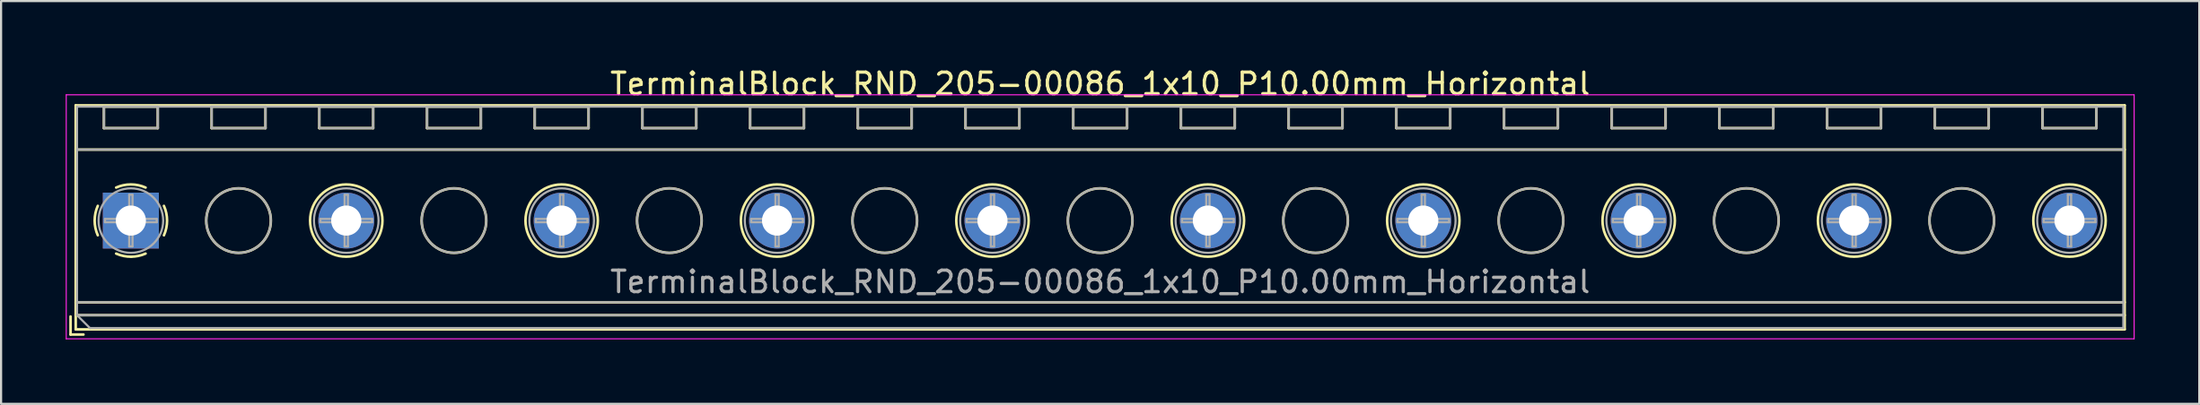
<source format=kicad_pcb>
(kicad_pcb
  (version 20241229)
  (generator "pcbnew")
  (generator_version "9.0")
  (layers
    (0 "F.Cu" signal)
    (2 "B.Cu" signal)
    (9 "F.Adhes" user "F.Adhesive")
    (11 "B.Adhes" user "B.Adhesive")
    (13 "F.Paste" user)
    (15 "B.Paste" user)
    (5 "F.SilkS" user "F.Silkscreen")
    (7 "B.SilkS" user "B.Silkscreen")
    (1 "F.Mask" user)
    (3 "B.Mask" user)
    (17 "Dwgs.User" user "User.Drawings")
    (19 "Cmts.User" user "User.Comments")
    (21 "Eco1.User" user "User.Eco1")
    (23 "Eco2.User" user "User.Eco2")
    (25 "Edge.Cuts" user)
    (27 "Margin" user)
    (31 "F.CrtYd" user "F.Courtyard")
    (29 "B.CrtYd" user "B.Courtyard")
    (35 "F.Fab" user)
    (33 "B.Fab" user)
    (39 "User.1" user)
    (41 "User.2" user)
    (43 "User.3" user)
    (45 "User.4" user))
  (footprint "TerminalBlock_RND_205-00086_1x10_P10.00mm_Horizontal"
    (layer "F.Cu")
    (at 3.025 7.208)
    (property "Reference" "TerminalBlock_RND_205-00086_1x10_P10.00mm_Horizontal" (at 45 -6.36 0) (layer "F.SilkS") (effects (font (size 1 1) (thickness 0.15))))
    (attr through_hole)
    (fp_line (start -2.8 4.46) (end -2.8 5.3) (stroke (width 0.12) (type solid)) (layer "F.SilkS"))
    (fp_line (start -2.8 5.3) (end -2.2 5.3) (stroke (width 0.12) (type solid)) (layer "F.SilkS"))
    (fp_line (start -2.56 -5.36) (end -2.56 5.06) (stroke (width 0.12) (type solid)) (layer "F.SilkS"))
    (fp_line (start -2.56 -5.36) (end 92.56 -5.36) (stroke (width 0.12) (type solid)) (layer "F.SilkS"))
    (fp_line (start -2.56 -3.301) (end 92.56 -3.301) (stroke (width 0.12) (type solid)) (layer "F.SilkS"))
    (fp_line (start -2.56 3.8) (end 92.56 3.8) (stroke (width 0.12) (type solid)) (layer "F.SilkS"))
    (fp_line (start -2.56 4.4) (end 92.56 4.4) (stroke (width 0.12) (type solid)) (layer "F.SilkS"))
    (fp_line (start -2.56 5.06) (end 92.56 5.06) (stroke (width 0.12) (type solid)) (layer "F.SilkS"))
    (fp_line (start -1.25 -5.301) (end -1.25 -4.301) (stroke (width 0.12) (type solid)) (layer "F.SilkS"))
    (fp_line (start -1.25 -5.301) (end 1.25 -5.301) (stroke (width 0.12) (type solid)) (layer "F.SilkS"))
    (fp_line (start -1.25 -4.301) (end 1.25 -4.301) (stroke (width 0.12) (type solid)) (layer "F.SilkS"))
    (fp_line (start 1.25 -5.301) (end 1.25 -4.301) (stroke (width 0.12) (type solid)) (layer "F.SilkS"))
    (fp_line (start 3.75 -5.301) (end 3.75 -4.301) (stroke (width 0.12) (type solid)) (layer "F.SilkS"))
    (fp_line (start 3.75 -5.301) (end 6.25 -5.301) (stroke (width 0.12) (type solid)) (layer "F.SilkS"))
    (fp_line (start 3.75 -4.301) (end 6.25 -4.301) (stroke (width 0.12) (type solid)) (layer "F.SilkS"))
    (fp_line (start 6.25 -5.301) (end 6.25 -4.301) (stroke (width 0.12) (type solid)) (layer "F.SilkS"))
    (fp_line (start 8.75 -5.301) (end 8.75 -4.301) (stroke (width 0.12) (type solid)) (layer "F.SilkS"))
    (fp_line (start 8.75 -5.301) (end 11.25 -5.301) (stroke (width 0.12) (type solid)) (layer "F.SilkS"))
    (fp_line (start 8.75 -4.301) (end 11.25 -4.301) (stroke (width 0.12) (type solid)) (layer "F.SilkS"))
    (fp_line (start 11.25 -5.301) (end 11.25 -4.301) (stroke (width 0.12) (type solid)) (layer "F.SilkS"))
    (fp_line (start 13.75 -5.301) (end 13.75 -4.301) (stroke (width 0.12) (type solid)) (layer "F.SilkS"))
    (fp_line (start 13.75 -5.301) (end 16.25 -5.301) (stroke (width 0.12) (type solid)) (layer "F.SilkS"))
    (fp_line (start 13.75 -4.301) (end 16.25 -4.301) (stroke (width 0.12) (type solid)) (layer "F.SilkS"))
    (fp_line (start 16.25 -5.301) (end 16.25 -4.301) (stroke (width 0.12) (type solid)) (layer "F.SilkS"))
    (fp_line (start 18.75 -5.301) (end 18.75 -4.301) (stroke (width 0.12) (type solid)) (layer "F.SilkS"))
    (fp_line (start 18.75 -5.301) (end 21.25 -5.301) (stroke (width 0.12) (type solid)) (layer "F.SilkS"))
    (fp_line (start 18.75 -4.301) (end 21.25 -4.301) (stroke (width 0.12) (type solid)) (layer "F.SilkS"))
    (fp_line (start 21.25 -5.301) (end 21.25 -4.301) (stroke (width 0.12) (type solid)) (layer "F.SilkS"))
    (fp_line (start 23.75 -5.301) (end 23.75 -4.301) (stroke (width 0.12) (type solid)) (layer "F.SilkS"))
    (fp_line (start 23.75 -5.301) (end 26.25 -5.301) (stroke (width 0.12) (type solid)) (layer "F.SilkS"))
    (fp_line (start 23.75 -4.301) (end 26.25 -4.301) (stroke (width 0.12) (type solid)) (layer "F.SilkS"))
    (fp_line (start 26.25 -5.301) (end 26.25 -4.301) (stroke (width 0.12) (type solid)) (layer "F.SilkS"))
    (fp_line (start 28.75 -5.301) (end 28.75 -4.301) (stroke (width 0.12) (type solid)) (layer "F.SilkS"))
    (fp_line (start 28.75 -5.301) (end 31.25 -5.301) (stroke (width 0.12) (type solid)) (layer "F.SilkS"))
    (fp_line (start 28.75 -4.301) (end 31.25 -4.301) (stroke (width 0.12) (type solid)) (layer "F.SilkS"))
    (fp_line (start 31.25 -5.301) (end 31.25 -4.301) (stroke (width 0.12) (type solid)) (layer "F.SilkS"))
    (fp_line (start 33.75 -5.301) (end 33.75 -4.301) (stroke (width 0.12) (type solid)) (layer "F.SilkS"))
    (fp_line (start 33.75 -5.301) (end 36.25 -5.301) (stroke (width 0.12) (type solid)) (layer "F.SilkS"))
    (fp_line (start 33.75 -4.301) (end 36.25 -4.301) (stroke (width 0.12) (type solid)) (layer "F.SilkS"))
    (fp_line (start 36.25 -5.301) (end 36.25 -4.301) (stroke (width 0.12) (type solid)) (layer "F.SilkS"))
    (fp_line (start 38.75 -5.301) (end 38.75 -4.301) (stroke (width 0.12) (type solid)) (layer "F.SilkS"))
    (fp_line (start 38.75 -5.301) (end 41.25 -5.301) (stroke (width 0.12) (type solid)) (layer "F.SilkS"))
    (fp_line (start 38.75 -4.301) (end 41.25 -4.301) (stroke (width 0.12) (type solid)) (layer "F.SilkS"))
    (fp_line (start 41.25 -5.301) (end 41.25 -4.301) (stroke (width 0.12) (type solid)) (layer "F.SilkS"))
    (fp_line (start 43.75 -5.301) (end 43.75 -4.301) (stroke (width 0.12) (type solid)) (layer "F.SilkS"))
    (fp_line (start 43.75 -5.301) (end 46.25 -5.301) (stroke (width 0.12) (type solid)) (layer "F.SilkS"))
    (fp_line (start 43.75 -4.301) (end 46.25 -4.301) (stroke (width 0.12) (type solid)) (layer "F.SilkS"))
    (fp_line (start 46.25 -5.301) (end 46.25 -4.301) (stroke (width 0.12) (type solid)) (layer "F.SilkS"))
    (fp_line (start 48.75 -5.301) (end 48.75 -4.301) (stroke (width 0.12) (type solid)) (layer "F.SilkS"))
    (fp_line (start 48.75 -5.301) (end 51.25 -5.301) (stroke (width 0.12) (type solid)) (layer "F.SilkS"))
    (fp_line (start 48.75 -4.301) (end 51.25 -4.301) (stroke (width 0.12) (type solid)) (layer "F.SilkS"))
    (fp_line (start 51.25 -5.301) (end 51.25 -4.301) (stroke (width 0.12) (type solid)) (layer "F.SilkS"))
    (fp_line (start 53.75 -5.301) (end 53.75 -4.301) (stroke (width 0.12) (type solid)) (layer "F.SilkS"))
    (fp_line (start 53.75 -5.301) (end 56.25 -5.301) (stroke (width 0.12) (type solid)) (layer "F.SilkS"))
    (fp_line (start 53.75 -4.301) (end 56.25 -4.301) (stroke (width 0.12) (type solid)) (layer "F.SilkS"))
    (fp_line (start 56.25 -5.301) (end 56.25 -4.301) (stroke (width 0.12) (type solid)) (layer "F.SilkS"))
    (fp_line (start 58.75 -5.301) (end 58.75 -4.301) (stroke (width 0.12) (type solid)) (layer "F.SilkS"))
    (fp_line (start 58.75 -5.301) (end 61.25 -5.301) (stroke (width 0.12) (type solid)) (layer "F.SilkS"))
    (fp_line (start 58.75 -4.301) (end 61.25 -4.301) (stroke (width 0.12) (type solid)) (layer "F.SilkS"))
    (fp_line (start 61.25 -5.301) (end 61.25 -4.301) (stroke (width 0.12) (type solid)) (layer "F.SilkS"))
    (fp_line (start 63.75 -5.301) (end 63.75 -4.301) (stroke (width 0.12) (type solid)) (layer "F.SilkS"))
    (fp_line (start 63.75 -5.301) (end 66.25 -5.301) (stroke (width 0.12) (type solid)) (layer "F.SilkS"))
    (fp_line (start 63.75 -4.301) (end 66.25 -4.301) (stroke (width 0.12) (type solid)) (layer "F.SilkS"))
    (fp_line (start 66.25 -5.301) (end 66.25 -4.301) (stroke (width 0.12) (type solid)) (layer "F.SilkS"))
    (fp_line (start 68.75 -5.301) (end 68.75 -4.301) (stroke (width 0.12) (type solid)) (layer "F.SilkS"))
    (fp_line (start 68.75 -5.301) (end 71.25 -5.301) (stroke (width 0.12) (type solid)) (layer "F.SilkS"))
    (fp_line (start 68.75 -4.301) (end 71.25 -4.301) (stroke (width 0.12) (type solid)) (layer "F.SilkS"))
    (fp_line (start 71.25 -5.301) (end 71.25 -4.301) (stroke (width 0.12) (type solid)) (layer "F.SilkS"))
    (fp_line (start 73.75 -5.301) (end 73.75 -4.301) (stroke (width 0.12) (type solid)) (layer "F.SilkS"))
    (fp_line (start 73.75 -5.301) (end 76.25 -5.301) (stroke (width 0.12) (type solid)) (layer "F.SilkS"))
    (fp_line (start 73.75 -4.301) (end 76.25 -4.301) (stroke (width 0.12) (type solid)) (layer "F.SilkS"))
    (fp_line (start 76.25 -5.301) (end 76.25 -4.301) (stroke (width 0.12) (type solid)) (layer "F.SilkS"))
    (fp_line (start 78.75 -5.301) (end 78.75 -4.301) (stroke (width 0.12) (type solid)) (layer "F.SilkS"))
    (fp_line (start 78.75 -5.301) (end 81.25 -5.301) (stroke (width 0.12) (type solid)) (layer "F.SilkS"))
    (fp_line (start 78.75 -4.301) (end 81.25 -4.301) (stroke (width 0.12) (type solid)) (layer "F.SilkS"))
    (fp_line (start 81.25 -5.301) (end 81.25 -4.301) (stroke (width 0.12) (type solid)) (layer "F.SilkS"))
    (fp_line (start 83.75 -5.301) (end 83.75 -4.301) (stroke (width 0.12) (type solid)) (layer "F.SilkS"))
    (fp_line (start 83.75 -5.301) (end 86.25 -5.301) (stroke (width 0.12) (type solid)) (layer "F.SilkS"))
    (fp_line (start 83.75 -4.301) (end 86.25 -4.301) (stroke (width 0.12) (type solid)) (layer "F.SilkS"))
    (fp_line (start 86.25 -5.301) (end 86.25 -4.301) (stroke (width 0.12) (type solid)) (layer "F.SilkS"))
    (fp_line (start 88.75 -5.301) (end 88.75 -4.301) (stroke (width 0.12) (type solid)) (layer "F.SilkS"))
    (fp_line (start 88.75 -5.301) (end 91.25 -5.301) (stroke (width 0.12) (type solid)) (layer "F.SilkS"))
    (fp_line (start 88.75 -4.301) (end 91.25 -4.301) (stroke (width 0.12) (type solid)) (layer "F.SilkS"))
    (fp_line (start 91.25 -5.301) (end 91.25 -4.301) (stroke (width 0.12) (type solid)) (layer "F.SilkS"))
    (fp_line (start 92.56 -5.36) (end 92.56 5.06) (stroke (width 0.12) (type solid)) (layer "F.SilkS"))
    (fp_arc (start -1.535427 0.683042) (mid -1.680501 -0.000524) (end -1.535 -0.684) (stroke (width 0.12) (type solid)) (layer "F.SilkS"))
    (fp_arc (start -0.683042 -1.535427) (mid 0.000524 -1.680501) (end 0.684 -1.535) (stroke (width 0.12) (type solid)) (layer "F.SilkS"))
    (fp_arc (start 0.028805 1.680253) (mid -0.335551 1.646659) (end -0.684 1.535) (stroke (width 0.12) (type solid)) (layer "F.SilkS"))
    (fp_arc (start 0.683318 1.534756) (mid 0.349292 1.643288) (end 0 1.68) (stroke (width 0.12) (type solid)) (layer "F.SilkS"))
    (fp_arc (start 1.535427 -0.683042) (mid 1.680501 0.000524) (end 1.535 0.684) (stroke (width 0.12) (type solid)) (layer "F.SilkS"))
    (fp_circle (center 5 0) (end 6.5 0) (stroke (width 0.12) (type solid)) (fill no) (layer "F.SilkS"))
    (fp_circle (center 10 0) (end 11.68 0) (stroke (width 0.12) (type solid)) (fill no) (layer "F.SilkS"))
    (fp_circle (center 15 0) (end 16.5 0) (stroke (width 0.12) (type solid)) (fill no) (layer "F.SilkS"))
    (fp_circle (center 20 0) (end 21.68 0) (stroke (width 0.12) (type solid)) (fill no) (layer "F.SilkS"))
    (fp_circle (center 25 0) (end 26.5 0) (stroke (width 0.12) (type solid)) (fill no) (layer "F.SilkS"))
    (fp_circle (center 30 0) (end 31.68 0) (stroke (width 0.12) (type solid)) (fill no) (layer "F.SilkS"))
    (fp_circle (center 35 0) (end 36.5 0) (stroke (width 0.12) (type solid)) (fill no) (layer "F.SilkS"))
    (fp_circle (center 40 0) (end 41.68 0) (stroke (width 0.12) (type solid)) (fill no) (layer "F.SilkS"))
    (fp_circle (center 45 0) (end 46.5 0) (stroke (width 0.12) (type solid)) (fill no) (layer "F.SilkS"))
    (fp_circle (center 50 0) (end 51.68 0) (stroke (width 0.12) (type solid)) (fill no) (layer "F.SilkS"))
    (fp_circle (center 55 0) (end 56.5 0) (stroke (width 0.12) (type solid)) (fill no) (layer "F.SilkS"))
    (fp_circle (center 60 0) (end 61.68 0) (stroke (width 0.12) (type solid)) (fill no) (layer "F.SilkS"))
    (fp_circle (center 65 0) (end 66.5 0) (stroke (width 0.12) (type solid)) (fill no) (layer "F.SilkS"))
    (fp_circle (center 70 0) (end 71.68 0) (stroke (width 0.12) (type solid)) (fill no) (layer "F.SilkS"))
    (fp_circle (center 75 0) (end 76.5 0) (stroke (width 0.12) (type solid)) (fill no) (layer "F.SilkS"))
    (fp_circle (center 80 0) (end 81.68 0) (stroke (width 0.12) (type solid)) (fill no) (layer "F.SilkS"))
    (fp_circle (center 85 0) (end 86.5 0) (stroke (width 0.12) (type solid)) (fill no) (layer "F.SilkS"))
    (fp_circle (center 90 0) (end 91.68 0) (stroke (width 0.12) (type solid)) (fill no) (layer "F.SilkS"))
    (fp_line (start -3 -5.85) (end -3 5.5) (stroke (width 0.05) (type solid)) (layer "F.CrtYd"))
    (fp_line (start -3 5.5) (end 93 5.5) (stroke (width 0.05) (type solid)) (layer "F.CrtYd"))
    (fp_line (start 93 -5.85) (end -3 -5.85) (stroke (width 0.05) (type solid)) (layer "F.CrtYd"))
    (fp_line (start 93 5.5) (end 93 -5.85) (stroke (width 0.05) (type solid)) (layer "F.CrtYd"))
    (fp_line (start -2.5 -5.3) (end 92.5 -5.3) (stroke (width 0.1) (type solid)) (layer "F.Fab"))
    (fp_line (start -2.5 -3.3) (end 92.5 -3.3) (stroke (width 0.1) (type solid)) (layer "F.Fab"))
    (fp_line (start -2.5 3.8) (end 92.5 3.8) (stroke (width 0.1) (type solid)) (layer "F.Fab"))
    (fp_line (start -2.5 4.4) (end -2.5 -5.3) (stroke (width 0.1) (type solid)) (layer "F.Fab"))
    (fp_line (start -2.5 4.4) (end 92.5 4.4) (stroke (width 0.1) (type solid)) (layer "F.Fab"))
    (fp_line (start -1.9 5) (end -2.5 4.4) (stroke (width 0.1) (type solid)) (layer "F.Fab"))
    (fp_line (start -1.25 -5.3) (end -1.25 -4.3) (stroke (width 0.1) (type solid)) (layer "F.Fab"))
    (fp_line (start -1.25 -4.3) (end 1.25 -4.3) (stroke (width 0.1) (type solid)) (layer "F.Fab"))
    (fp_line (start -1.201 -0.076) (end -0.076 -0.076) (stroke (width 0.1) (type solid)) (layer "F.Fab"))
    (fp_line (start -1.201 0.076) (end -1.201 -0.076) (stroke (width 0.1) (type solid)) (layer "F.Fab"))
    (fp_line (start -0.076 -1.201) (end 0.076 -1.201) (stroke (width 0.1) (type solid)) (layer "F.Fab"))
    (fp_line (start -0.076 -0.076) (end -0.076 -1.201) (stroke (width 0.1) (type solid)) (layer "F.Fab"))
    (fp_line (start -0.076 0.076) (end -1.201 0.076) (stroke (width 0.1) (type solid)) (layer "F.Fab"))
    (fp_line (start -0.076 1.201) (end -0.076 0.076) (stroke (width 0.1) (type solid)) (layer "F.Fab"))
    (fp_line (start 0.076 -1.201) (end 0.076 -0.076) (stroke (width 0.1) (type solid)) (layer "F.Fab"))
    (fp_line (start 0.076 -0.076) (end 1.201 -0.076) (stroke (width 0.1) (type solid)) (layer "F.Fab"))
    (fp_line (start 0.076 0.076) (end 0.076 1.201) (stroke (width 0.1) (type solid)) (layer "F.Fab"))
    (fp_line (start 0.076 1.201) (end -0.076 1.201) (stroke (width 0.1) (type solid)) (layer "F.Fab"))
    (fp_line (start 1.201 -0.076) (end 1.201 0.076) (stroke (width 0.1) (type solid)) (layer "F.Fab"))
    (fp_line (start 1.201 0.076) (end 0.076 0.076) (stroke (width 0.1) (type solid)) (layer "F.Fab"))
    (fp_line (start 1.25 -5.3) (end -1.25 -5.3) (stroke (width 0.1) (type solid)) (layer "F.Fab"))
    (fp_line (start 1.25 -4.3) (end 1.25 -5.3) (stroke (width 0.1) (type solid)) (layer "F.Fab"))
    (fp_line (start 3.75 -5.3) (end 3.75 -4.3) (stroke (width 0.1) (type solid)) (layer "F.Fab"))
    (fp_line (start 3.75 -4.3) (end 6.25 -4.3) (stroke (width 0.1) (type solid)) (layer "F.Fab"))
    (fp_line (start 6.25 -5.3) (end 3.75 -5.3) (stroke (width 0.1) (type solid)) (layer "F.Fab"))
    (fp_line (start 6.25 -4.3) (end 6.25 -5.3) (stroke (width 0.1) (type solid)) (layer "F.Fab"))
    (fp_line (start 8.75 -5.3) (end 8.75 -4.3) (stroke (width 0.1) (type solid)) (layer "F.Fab"))
    (fp_line (start 8.75 -4.3) (end 11.25 -4.3) (stroke (width 0.1) (type solid)) (layer "F.Fab"))
    (fp_line (start 8.799 -0.076) (end 9.924 -0.076) (stroke (width 0.1) (type solid)) (layer "F.Fab"))
    (fp_line (start 8.799 0.076) (end 8.799 -0.076) (stroke (width 0.1) (type solid)) (layer "F.Fab"))
    (fp_line (start 9.924 -1.201) (end 10.076 -1.201) (stroke (width 0.1) (type solid)) (layer "F.Fab"))
    (fp_line (start 9.924 -0.076) (end 9.924 -1.201) (stroke (width 0.1) (type solid)) (layer "F.Fab"))
    (fp_line (start 9.924 0.076) (end 8.799 0.076) (stroke (width 0.1) (type solid)) (layer "F.Fab"))
    (fp_line (start 9.924 1.201) (end 9.924 0.076) (stroke (width 0.1) (type solid)) (layer "F.Fab"))
    (fp_line (start 10.076 -1.201) (end 10.076 -0.076) (stroke (width 0.1) (type solid)) (layer "F.Fab"))
    (fp_line (start 10.076 -0.076) (end 11.201 -0.076) (stroke (width 0.1) (type solid)) (layer "F.Fab"))
    (fp_line (start 10.076 0.076) (end 10.076 1.201) (stroke (width 0.1) (type solid)) (layer "F.Fab"))
    (fp_line (start 10.076 1.201) (end 9.924 1.201) (stroke (width 0.1) (type solid)) (layer "F.Fab"))
    (fp_line (start 11.201 -0.076) (end 11.201 0.076) (stroke (width 0.1) (type solid)) (layer "F.Fab"))
    (fp_line (start 11.201 0.076) (end 10.076 0.076) (stroke (width 0.1) (type solid)) (layer "F.Fab"))
    (fp_line (start 11.25 -5.3) (end 8.75 -5.3) (stroke (width 0.1) (type solid)) (layer "F.Fab"))
    (fp_line (start 11.25 -4.3) (end 11.25 -5.3) (stroke (width 0.1) (type solid)) (layer "F.Fab"))
    (fp_line (start 13.75 -5.3) (end 13.75 -4.3) (stroke (width 0.1) (type solid)) (layer "F.Fab"))
    (fp_line (start 13.75 -4.3) (end 16.25 -4.3) (stroke (width 0.1) (type solid)) (layer "F.Fab"))
    (fp_line (start 16.25 -5.3) (end 13.75 -5.3) (stroke (width 0.1) (type solid)) (layer "F.Fab"))
    (fp_line (start 16.25 -4.3) (end 16.25 -5.3) (stroke (width 0.1) (type solid)) (layer "F.Fab"))
    (fp_line (start 18.75 -5.3) (end 18.75 -4.3) (stroke (width 0.1) (type solid)) (layer "F.Fab"))
    (fp_line (start 18.75 -4.3) (end 21.25 -4.3) (stroke (width 0.1) (type solid)) (layer "F.Fab"))
    (fp_line (start 18.799 -0.076) (end 19.924 -0.076) (stroke (width 0.1) (type solid)) (layer "F.Fab"))
    (fp_line (start 18.799 0.076) (end 18.799 -0.076) (stroke (width 0.1) (type solid)) (layer "F.Fab"))
    (fp_line (start 19.924 -1.201) (end 20.076 -1.201) (stroke (width 0.1) (type solid)) (layer "F.Fab"))
    (fp_line (start 19.924 -0.076) (end 19.924 -1.201) (stroke (width 0.1) (type solid)) (layer "F.Fab"))
    (fp_line (start 19.924 0.076) (end 18.799 0.076) (stroke (width 0.1) (type solid)) (layer "F.Fab"))
    (fp_line (start 19.924 1.201) (end 19.924 0.076) (stroke (width 0.1) (type solid)) (layer "F.Fab"))
    (fp_line (start 20.076 -1.201) (end 20.076 -0.076) (stroke (width 0.1) (type solid)) (layer "F.Fab"))
    (fp_line (start 20.076 -0.076) (end 21.201 -0.076) (stroke (width 0.1) (type solid)) (layer "F.Fab"))
    (fp_line (start 20.076 0.076) (end 20.076 1.201) (stroke (width 0.1) (type solid)) (layer "F.Fab"))
    (fp_line (start 20.076 1.201) (end 19.924 1.201) (stroke (width 0.1) (type solid)) (layer "F.Fab"))
    (fp_line (start 21.201 -0.076) (end 21.201 0.076) (stroke (width 0.1) (type solid)) (layer "F.Fab"))
    (fp_line (start 21.201 0.076) (end 20.076 0.076) (stroke (width 0.1) (type solid)) (layer "F.Fab"))
    (fp_line (start 21.25 -5.3) (end 18.75 -5.3) (stroke (width 0.1) (type solid)) (layer "F.Fab"))
    (fp_line (start 21.25 -4.3) (end 21.25 -5.3) (stroke (width 0.1) (type solid)) (layer "F.Fab"))
    (fp_line (start 23.75 -5.3) (end 23.75 -4.3) (stroke (width 0.1) (type solid)) (layer "F.Fab"))
    (fp_line (start 23.75 -4.3) (end 26.25 -4.3) (stroke (width 0.1) (type solid)) (layer "F.Fab"))
    (fp_line (start 26.25 -5.3) (end 23.75 -5.3) (stroke (width 0.1) (type solid)) (layer "F.Fab"))
    (fp_line (start 26.25 -4.3) (end 26.25 -5.3) (stroke (width 0.1) (type solid)) (layer "F.Fab"))
    (fp_line (start 28.75 -5.3) (end 28.75 -4.3) (stroke (width 0.1) (type solid)) (layer "F.Fab"))
    (fp_line (start 28.75 -4.3) (end 31.25 -4.3) (stroke (width 0.1) (type solid)) (layer "F.Fab"))
    (fp_line (start 28.799 -0.076) (end 29.924 -0.076) (stroke (width 0.1) (type solid)) (layer "F.Fab"))
    (fp_line (start 28.799 0.076) (end 28.799 -0.076) (stroke (width 0.1) (type solid)) (layer "F.Fab"))
    (fp_line (start 29.924 -1.201) (end 30.076 -1.201) (stroke (width 0.1) (type solid)) (layer "F.Fab"))
    (fp_line (start 29.924 -0.076) (end 29.924 -1.201) (stroke (width 0.1) (type solid)) (layer "F.Fab"))
    (fp_line (start 29.924 0.076) (end 28.799 0.076) (stroke (width 0.1) (type solid)) (layer "F.Fab"))
    (fp_line (start 29.924 1.201) (end 29.924 0.076) (stroke (width 0.1) (type solid)) (layer "F.Fab"))
    (fp_line (start 30.076 -1.201) (end 30.076 -0.076) (stroke (width 0.1) (type solid)) (layer "F.Fab"))
    (fp_line (start 30.076 -0.076) (end 31.201 -0.076) (stroke (width 0.1) (type solid)) (layer "F.Fab"))
    (fp_line (start 30.076 0.076) (end 30.076 1.201) (stroke (width 0.1) (type solid)) (layer "F.Fab"))
    (fp_line (start 30.076 1.201) (end 29.924 1.201) (stroke (width 0.1) (type solid)) (layer "F.Fab"))
    (fp_line (start 31.201 -0.076) (end 31.201 0.076) (stroke (width 0.1) (type solid)) (layer "F.Fab"))
    (fp_line (start 31.201 0.076) (end 30.076 0.076) (stroke (width 0.1) (type solid)) (layer "F.Fab"))
    (fp_line (start 31.25 -5.3) (end 28.75 -5.3) (stroke (width 0.1) (type solid)) (layer "F.Fab"))
    (fp_line (start 31.25 -4.3) (end 31.25 -5.3) (stroke (width 0.1) (type solid)) (layer "F.Fab"))
    (fp_line (start 33.75 -5.3) (end 33.75 -4.3) (stroke (width 0.1) (type solid)) (layer "F.Fab"))
    (fp_line (start 33.75 -4.3) (end 36.25 -4.3) (stroke (width 0.1) (type solid)) (layer "F.Fab"))
    (fp_line (start 36.25 -5.3) (end 33.75 -5.3) (stroke (width 0.1) (type solid)) (layer "F.Fab"))
    (fp_line (start 36.25 -4.3) (end 36.25 -5.3) (stroke (width 0.1) (type solid)) (layer "F.Fab"))
    (fp_line (start 38.75 -5.3) (end 38.75 -4.3) (stroke (width 0.1) (type solid)) (layer "F.Fab"))
    (fp_line (start 38.75 -4.3) (end 41.25 -4.3) (stroke (width 0.1) (type solid)) (layer "F.Fab"))
    (fp_line (start 38.799 -0.076) (end 39.924 -0.076) (stroke (width 0.1) (type solid)) (layer "F.Fab"))
    (fp_line (start 38.799 0.076) (end 38.799 -0.076) (stroke (width 0.1) (type solid)) (layer "F.Fab"))
    (fp_line (start 39.924 -1.201) (end 40.076 -1.201) (stroke (width 0.1) (type solid)) (layer "F.Fab"))
    (fp_line (start 39.924 -0.076) (end 39.924 -1.201) (stroke (width 0.1) (type solid)) (layer "F.Fab"))
    (fp_line (start 39.924 0.076) (end 38.799 0.076) (stroke (width 0.1) (type solid)) (layer "F.Fab"))
    (fp_line (start 39.924 1.201) (end 39.924 0.076) (stroke (width 0.1) (type solid)) (layer "F.Fab"))
    (fp_line (start 40.076 -1.201) (end 40.076 -0.076) (stroke (width 0.1) (type solid)) (layer "F.Fab"))
    (fp_line (start 40.076 -0.076) (end 41.201 -0.076) (stroke (width 0.1) (type solid)) (layer "F.Fab"))
    (fp_line (start 40.076 0.076) (end 40.076 1.201) (stroke (width 0.1) (type solid)) (layer "F.Fab"))
    (fp_line (start 40.076 1.201) (end 39.924 1.201) (stroke (width 0.1) (type solid)) (layer "F.Fab"))
    (fp_line (start 41.201 -0.076) (end 41.201 0.076) (stroke (width 0.1) (type solid)) (layer "F.Fab"))
    (fp_line (start 41.201 0.076) (end 40.076 0.076) (stroke (width 0.1) (type solid)) (layer "F.Fab"))
    (fp_line (start 41.25 -5.3) (end 38.75 -5.3) (stroke (width 0.1) (type solid)) (layer "F.Fab"))
    (fp_line (start 41.25 -4.3) (end 41.25 -5.3) (stroke (width 0.1) (type solid)) (layer "F.Fab"))
    (fp_line (start 43.75 -5.3) (end 43.75 -4.3) (stroke (width 0.1) (type solid)) (layer "F.Fab"))
    (fp_line (start 43.75 -4.3) (end 46.25 -4.3) (stroke (width 0.1) (type solid)) (layer "F.Fab"))
    (fp_line (start 46.25 -5.3) (end 43.75 -5.3) (stroke (width 0.1) (type solid)) (layer "F.Fab"))
    (fp_line (start 46.25 -4.3) (end 46.25 -5.3) (stroke (width 0.1) (type solid)) (layer "F.Fab"))
    (fp_line (start 48.75 -5.3) (end 48.75 -4.3) (stroke (width 0.1) (type solid)) (layer "F.Fab"))
    (fp_line (start 48.75 -4.3) (end 51.25 -4.3) (stroke (width 0.1) (type solid)) (layer "F.Fab"))
    (fp_line (start 48.799 -0.076) (end 49.924 -0.076) (stroke (width 0.1) (type solid)) (layer "F.Fab"))
    (fp_line (start 48.799 0.076) (end 48.799 -0.076) (stroke (width 0.1) (type solid)) (layer "F.Fab"))
    (fp_line (start 49.924 -1.201) (end 50.076 -1.201) (stroke (width 0.1) (type solid)) (layer "F.Fab"))
    (fp_line (start 49.924 -0.076) (end 49.924 -1.201) (stroke (width 0.1) (type solid)) (layer "F.Fab"))
    (fp_line (start 49.924 0.076) (end 48.799 0.076) (stroke (width 0.1) (type solid)) (layer "F.Fab"))
    (fp_line (start 49.924 1.201) (end 49.924 0.076) (stroke (width 0.1) (type solid)) (layer "F.Fab"))
    (fp_line (start 50.076 -1.201) (end 50.076 -0.076) (stroke (width 0.1) (type solid)) (layer "F.Fab"))
    (fp_line (start 50.076 -0.076) (end 51.201 -0.076) (stroke (width 0.1) (type solid)) (layer "F.Fab"))
    (fp_line (start 50.076 0.076) (end 50.076 1.201) (stroke (width 0.1) (type solid)) (layer "F.Fab"))
    (fp_line (start 50.076 1.201) (end 49.924 1.201) (stroke (width 0.1) (type solid)) (layer "F.Fab"))
    (fp_line (start 51.201 -0.076) (end 51.201 0.076) (stroke (width 0.1) (type solid)) (layer "F.Fab"))
    (fp_line (start 51.201 0.076) (end 50.076 0.076) (stroke (width 0.1) (type solid)) (layer "F.Fab"))
    (fp_line (start 51.25 -5.3) (end 48.75 -5.3) (stroke (width 0.1) (type solid)) (layer "F.Fab"))
    (fp_line (start 51.25 -4.3) (end 51.25 -5.3) (stroke (width 0.1) (type solid)) (layer "F.Fab"))
    (fp_line (start 53.75 -5.3) (end 53.75 -4.3) (stroke (width 0.1) (type solid)) (layer "F.Fab"))
    (fp_line (start 53.75 -4.3) (end 56.25 -4.3) (stroke (width 0.1) (type solid)) (layer "F.Fab"))
    (fp_line (start 56.25 -5.3) (end 53.75 -5.3) (stroke (width 0.1) (type solid)) (layer "F.Fab"))
    (fp_line (start 56.25 -4.3) (end 56.25 -5.3) (stroke (width 0.1) (type solid)) (layer "F.Fab"))
    (fp_line (start 58.75 -5.3) (end 58.75 -4.3) (stroke (width 0.1) (type solid)) (layer "F.Fab"))
    (fp_line (start 58.75 -4.3) (end 61.25 -4.3) (stroke (width 0.1) (type solid)) (layer "F.Fab"))
    (fp_line (start 58.799 -0.076) (end 59.924 -0.076) (stroke (width 0.1) (type solid)) (layer "F.Fab"))
    (fp_line (start 58.799 0.076) (end 58.799 -0.076) (stroke (width 0.1) (type solid)) (layer "F.Fab"))
    (fp_line (start 59.924 -1.201) (end 60.076 -1.201) (stroke (width 0.1) (type solid)) (layer "F.Fab"))
    (fp_line (start 59.924 -0.076) (end 59.924 -1.201) (stroke (width 0.1) (type solid)) (layer "F.Fab"))
    (fp_line (start 59.924 0.076) (end 58.799 0.076) (stroke (width 0.1) (type solid)) (layer "F.Fab"))
    (fp_line (start 59.924 1.201) (end 59.924 0.076) (stroke (width 0.1) (type solid)) (layer "F.Fab"))
    (fp_line (start 60.076 -1.201) (end 60.076 -0.076) (stroke (width 0.1) (type solid)) (layer "F.Fab"))
    (fp_line (start 60.076 -0.076) (end 61.201 -0.076) (stroke (width 0.1) (type solid)) (layer "F.Fab"))
    (fp_line (start 60.076 0.076) (end 60.076 1.201) (stroke (width 0.1) (type solid)) (layer "F.Fab"))
    (fp_line (start 60.076 1.201) (end 59.924 1.201) (stroke (width 0.1) (type solid)) (layer "F.Fab"))
    (fp_line (start 61.201 -0.076) (end 61.201 0.076) (stroke (width 0.1) (type solid)) (layer "F.Fab"))
    (fp_line (start 61.201 0.076) (end 60.076 0.076) (stroke (width 0.1) (type solid)) (layer "F.Fab"))
    (fp_line (start 61.25 -5.3) (end 58.75 -5.3) (stroke (width 0.1) (type solid)) (layer "F.Fab"))
    (fp_line (start 61.25 -4.3) (end 61.25 -5.3) (stroke (width 0.1) (type solid)) (layer "F.Fab"))
    (fp_line (start 63.75 -5.3) (end 63.75 -4.3) (stroke (width 0.1) (type solid)) (layer "F.Fab"))
    (fp_line (start 63.75 -4.3) (end 66.25 -4.3) (stroke (width 0.1) (type solid)) (layer "F.Fab"))
    (fp_line (start 66.25 -5.3) (end 63.75 -5.3) (stroke (width 0.1) (type solid)) (layer "F.Fab"))
    (fp_line (start 66.25 -4.3) (end 66.25 -5.3) (stroke (width 0.1) (type solid)) (layer "F.Fab"))
    (fp_line (start 68.75 -5.3) (end 68.75 -4.3) (stroke (width 0.1) (type solid)) (layer "F.Fab"))
    (fp_line (start 68.75 -4.3) (end 71.25 -4.3) (stroke (width 0.1) (type solid)) (layer "F.Fab"))
    (fp_line (start 68.799 -0.076) (end 69.924 -0.076) (stroke (width 0.1) (type solid)) (layer "F.Fab"))
    (fp_line (start 68.799 0.076) (end 68.799 -0.076) (stroke (width 0.1) (type solid)) (layer "F.Fab"))
    (fp_line (start 69.924 -1.201) (end 70.076 -1.201) (stroke (width 0.1) (type solid)) (layer "F.Fab"))
    (fp_line (start 69.924 -0.076) (end 69.924 -1.201) (stroke (width 0.1) (type solid)) (layer "F.Fab"))
    (fp_line (start 69.924 0.076) (end 68.799 0.076) (stroke (width 0.1) (type solid)) (layer "F.Fab"))
    (fp_line (start 69.924 1.201) (end 69.924 0.076) (stroke (width 0.1) (type solid)) (layer "F.Fab"))
    (fp_line (start 70.076 -1.201) (end 70.076 -0.076) (stroke (width 0.1) (type solid)) (layer "F.Fab"))
    (fp_line (start 70.076 -0.076) (end 71.201 -0.076) (stroke (width 0.1) (type solid)) (layer "F.Fab"))
    (fp_line (start 70.076 0.076) (end 70.076 1.201) (stroke (width 0.1) (type solid)) (layer "F.Fab"))
    (fp_line (start 70.076 1.201) (end 69.924 1.201) (stroke (width 0.1) (type solid)) (layer "F.Fab"))
    (fp_line (start 71.201 -0.076) (end 71.201 0.076) (stroke (width 0.1) (type solid)) (layer "F.Fab"))
    (fp_line (start 71.201 0.076) (end 70.076 0.076) (stroke (width 0.1) (type solid)) (layer "F.Fab"))
    (fp_line (start 71.25 -5.3) (end 68.75 -5.3) (stroke (width 0.1) (type solid)) (layer "F.Fab"))
    (fp_line (start 71.25 -4.3) (end 71.25 -5.3) (stroke (width 0.1) (type solid)) (layer "F.Fab"))
    (fp_line (start 73.75 -5.3) (end 73.75 -4.3) (stroke (width 0.1) (type solid)) (layer "F.Fab"))
    (fp_line (start 73.75 -4.3) (end 76.25 -4.3) (stroke (width 0.1) (type solid)) (layer "F.Fab"))
    (fp_line (start 76.25 -5.3) (end 73.75 -5.3) (stroke (width 0.1) (type solid)) (layer "F.Fab"))
    (fp_line (start 76.25 -4.3) (end 76.25 -5.3) (stroke (width 0.1) (type solid)) (layer "F.Fab"))
    (fp_line (start 78.75 -5.3) (end 78.75 -4.3) (stroke (width 0.1) (type solid)) (layer "F.Fab"))
    (fp_line (start 78.75 -4.3) (end 81.25 -4.3) (stroke (width 0.1) (type solid)) (layer "F.Fab"))
    (fp_line (start 78.799 -0.076) (end 79.924 -0.076) (stroke (width 0.1) (type solid)) (layer "F.Fab"))
    (fp_line (start 78.799 0.076) (end 78.799 -0.076) (stroke (width 0.1) (type solid)) (layer "F.Fab"))
    (fp_line (start 79.924 -1.201) (end 80.076 -1.201) (stroke (width 0.1) (type solid)) (layer "F.Fab"))
    (fp_line (start 79.924 -0.076) (end 79.924 -1.201) (stroke (width 0.1) (type solid)) (layer "F.Fab"))
    (fp_line (start 79.924 0.076) (end 78.799 0.076) (stroke (width 0.1) (type solid)) (layer "F.Fab"))
    (fp_line (start 79.924 1.201) (end 79.924 0.076) (stroke (width 0.1) (type solid)) (layer "F.Fab"))
    (fp_line (start 80.076 -1.201) (end 80.076 -0.076) (stroke (width 0.1) (type solid)) (layer "F.Fab"))
    (fp_line (start 80.076 -0.076) (end 81.201 -0.076) (stroke (width 0.1) (type solid)) (layer "F.Fab"))
    (fp_line (start 80.076 0.076) (end 80.076 1.201) (stroke (width 0.1) (type solid)) (layer "F.Fab"))
    (fp_line (start 80.076 1.201) (end 79.924 1.201) (stroke (width 0.1) (type solid)) (layer "F.Fab"))
    (fp_line (start 81.201 -0.076) (end 81.201 0.076) (stroke (width 0.1) (type solid)) (layer "F.Fab"))
    (fp_line (start 81.201 0.076) (end 80.076 0.076) (stroke (width 0.1) (type solid)) (layer "F.Fab"))
    (fp_line (start 81.25 -5.3) (end 78.75 -5.3) (stroke (width 0.1) (type solid)) (layer "F.Fab"))
    (fp_line (start 81.25 -4.3) (end 81.25 -5.3) (stroke (width 0.1) (type solid)) (layer "F.Fab"))
    (fp_line (start 83.75 -5.3) (end 83.75 -4.3) (stroke (width 0.1) (type solid)) (layer "F.Fab"))
    (fp_line (start 83.75 -4.3) (end 86.25 -4.3) (stroke (width 0.1) (type solid)) (layer "F.Fab"))
    (fp_line (start 86.25 -5.3) (end 83.75 -5.3) (stroke (width 0.1) (type solid)) (layer "F.Fab"))
    (fp_line (start 86.25 -4.3) (end 86.25 -5.3) (stroke (width 0.1) (type solid)) (layer "F.Fab"))
    (fp_line (start 88.75 -5.3) (end 88.75 -4.3) (stroke (width 0.1) (type solid)) (layer "F.Fab"))
    (fp_line (start 88.75 -4.3) (end 91.25 -4.3) (stroke (width 0.1) (type solid)) (layer "F.Fab"))
    (fp_line (start 88.799 -0.076) (end 89.924 -0.076) (stroke (width 0.1) (type solid)) (layer "F.Fab"))
    (fp_line (start 88.799 0.076) (end 88.799 -0.076) (stroke (width 0.1) (type solid)) (layer "F.Fab"))
    (fp_line (start 89.924 -1.201) (end 90.076 -1.201) (stroke (width 0.1) (type solid)) (layer "F.Fab"))
    (fp_line (start 89.924 -0.076) (end 89.924 -1.201) (stroke (width 0.1) (type solid)) (layer "F.Fab"))
    (fp_line (start 89.924 0.076) (end 88.799 0.076) (stroke (width 0.1) (type solid)) (layer "F.Fab"))
    (fp_line (start 89.924 1.201) (end 89.924 0.076) (stroke (width 0.1) (type solid)) (layer "F.Fab"))
    (fp_line (start 90.076 -1.201) (end 90.076 -0.076) (stroke (width 0.1) (type solid)) (layer "F.Fab"))
    (fp_line (start 90.076 -0.076) (end 91.201 -0.076) (stroke (width 0.1) (type solid)) (layer "F.Fab"))
    (fp_line (start 90.076 0.076) (end 90.076 1.201) (stroke (width 0.1) (type solid)) (layer "F.Fab"))
    (fp_line (start 90.076 1.201) (end 89.924 1.201) (stroke (width 0.1) (type solid)) (layer "F.Fab"))
    (fp_line (start 91.201 -0.076) (end 91.201 0.076) (stroke (width 0.1) (type solid)) (layer "F.Fab"))
    (fp_line (start 91.201 0.076) (end 90.076 0.076) (stroke (width 0.1) (type solid)) (layer "F.Fab"))
    (fp_line (start 91.25 -5.3) (end 88.75 -5.3) (stroke (width 0.1) (type solid)) (layer "F.Fab"))
    (fp_line (start 91.25 -4.3) (end 91.25 -5.3) (stroke (width 0.1) (type solid)) (layer "F.Fab"))
    (fp_line (start 92.5 -5.3) (end 92.5 5) (stroke (width 0.1) (type solid)) (layer "F.Fab"))
    (fp_line (start 92.5 5) (end -1.9 5) (stroke (width 0.1) (type solid)) (layer "F.Fab"))
    (fp_circle (center 0 0) (end 1.5 0) (stroke (width 0.1) (type solid)) (fill no) (layer "F.Fab"))
    (fp_circle (center 5 0) (end 6.5 0) (stroke (width 0.1) (type solid)) (fill no) (layer "F.Fab"))
    (fp_circle (center 10 0) (end 11.5 0) (stroke (width 0.1) (type solid)) (fill no) (layer "F.Fab"))
    (fp_circle (center 15 0) (end 16.5 0) (stroke (width 0.1) (type solid)) (fill no) (layer "F.Fab"))
    (fp_circle (center 20 0) (end 21.5 0) (stroke (width 0.1) (type solid)) (fill no) (layer "F.Fab"))
    (fp_circle (center 25 0) (end 26.5 0) (stroke (width 0.1) (type solid)) (fill no) (layer "F.Fab"))
    (fp_circle (center 30 0) (end 31.5 0) (stroke (width 0.1) (type solid)) (fill no) (layer "F.Fab"))
    (fp_circle (center 35 0) (end 36.5 0) (stroke (width 0.1) (type solid)) (fill no) (layer "F.Fab"))
    (fp_circle (center 40 0) (end 41.5 0) (stroke (width 0.1) (type solid)) (fill no) (layer "F.Fab"))
    (fp_circle (center 45 0) (end 46.5 0) (stroke (width 0.1) (type solid)) (fill no) (layer "F.Fab"))
    (fp_circle (center 50 0) (end 51.5 0) (stroke (width 0.1) (type solid)) (fill no) (layer "F.Fab"))
    (fp_circle (center 55 0) (end 56.5 0) (stroke (width 0.1) (type solid)) (fill no) (layer "F.Fab"))
    (fp_circle (center 60 0) (end 61.5 0) (stroke (width 0.1) (type solid)) (fill no) (layer "F.Fab"))
    (fp_circle (center 65 0) (end 66.5 0) (stroke (width 0.1) (type solid)) (fill no) (layer "F.Fab"))
    (fp_circle (center 70 0) (end 71.5 0) (stroke (width 0.1) (type solid)) (fill no) (layer "F.Fab"))
    (fp_circle (center 75 0) (end 76.5 0) (stroke (width 0.1) (type solid)) (fill no) (layer "F.Fab"))
    (fp_circle (center 80 0) (end 81.5 0) (stroke (width 0.1) (type solid)) (fill no) (layer "F.Fab"))
    (fp_circle (center 85 0) (end 86.5 0) (stroke (width 0.1) (type solid)) (fill no) (layer "F.Fab"))
    (fp_circle (center 90 0) (end 91.5 0) (stroke (width 0.1) (type solid)) (fill no) (layer "F.Fab"))
    (fp_text user "${REFERENCE}" (at 45 2.85 0) (layer "F.Fab") (effects (font (size 1 1) (thickness 0.15))))
    (pad "1" thru_hole rect (at 0 0) (size 2.6 2.6) (drill 1.4) (layers "*.Cu" "*.Mask"))
    (pad "2" thru_hole circle (at 10 0) (size 2.6 2.6) (drill 1.4) (layers "*.Cu" "*.Mask"))
    (pad "3" thru_hole circle (at 20 0) (size 2.6 2.6) (drill 1.4) (layers "*.Cu" "*.Mask"))
    (pad "4" thru_hole circle (at 30 0) (size 2.6 2.6) (drill 1.4) (layers "*.Cu" "*.Mask"))
    (pad "5" thru_hole circle (at 40 0) (size 2.6 2.6) (drill 1.4) (layers "*.Cu" "*.Mask"))
    (pad "6" thru_hole circle (at 50 0) (size 2.6 2.6) (drill 1.4) (layers "*.Cu" "*.Mask"))
    (pad "7" thru_hole circle (at 60 0) (size 2.6 2.6) (drill 1.4) (layers "*.Cu" "*.Mask"))
    (pad "8" thru_hole circle (at 70 0) (size 2.6 2.6) (drill 1.4) (layers "*.Cu" "*.Mask"))
    (pad "9" thru_hole circle (at 80 0) (size 2.6 2.6) (drill 1.4) (layers "*.Cu" "*.Mask"))
    (pad "10" thru_hole circle (at 90 0) (size 2.6 2.6) (drill 1.4) (layers "*.Cu" "*.Mask")))
  (gr_rect
    (start -3 -3)
    (end 99.05 15.733)
    (stroke (width 0.1) (type default))
    (fill no)
    (layer "Edge.Cuts")))
</source>
